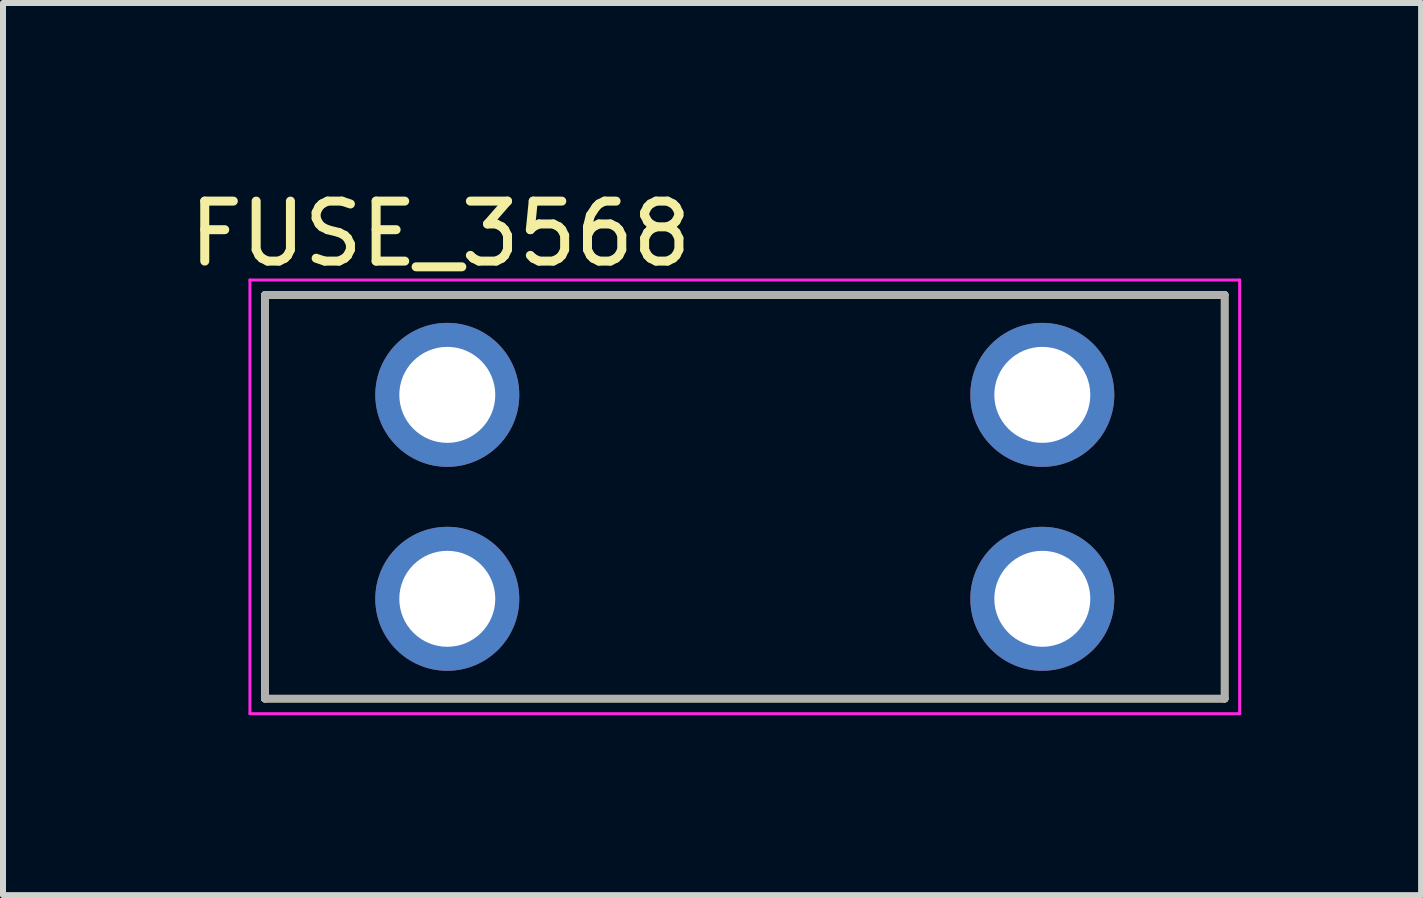
<source format=kicad_pcb>
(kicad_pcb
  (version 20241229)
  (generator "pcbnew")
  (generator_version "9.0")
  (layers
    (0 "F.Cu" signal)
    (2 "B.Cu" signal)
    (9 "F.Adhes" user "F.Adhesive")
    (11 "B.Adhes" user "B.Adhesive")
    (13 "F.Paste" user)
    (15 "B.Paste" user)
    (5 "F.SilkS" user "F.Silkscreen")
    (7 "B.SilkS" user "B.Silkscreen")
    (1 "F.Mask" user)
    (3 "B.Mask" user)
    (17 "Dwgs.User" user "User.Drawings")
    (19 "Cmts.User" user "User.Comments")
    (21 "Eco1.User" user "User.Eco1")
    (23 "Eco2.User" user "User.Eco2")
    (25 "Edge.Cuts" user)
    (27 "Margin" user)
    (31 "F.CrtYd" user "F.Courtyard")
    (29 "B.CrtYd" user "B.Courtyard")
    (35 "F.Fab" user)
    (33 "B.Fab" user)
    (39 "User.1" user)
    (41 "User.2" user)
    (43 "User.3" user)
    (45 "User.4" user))
  (footprint "FUSE_3568"
    (layer "F.Cu")
    (at 9.367 5.233)
    (property "Reference" "FUSE_3568" (at -5.075 -4.385 0) (layer "F.SilkS") (effects (font (size 1 1) (thickness 0.15))))
    (attr through_hole)
    (fp_line (start -8 -3.365) (end 8 -3.365) (stroke (width 0.127) (type solid)) (layer "F.SilkS"))
    (fp_line (start -8 3.365) (end -8 -3.365) (stroke (width 0.127) (type solid)) (layer "F.SilkS"))
    (fp_line (start 8 -3.365) (end 8 3.365) (stroke (width 0.127) (type solid)) (layer "F.SilkS"))
    (fp_line (start 8 3.365) (end -8 3.365) (stroke (width 0.127) (type solid)) (layer "F.SilkS"))
    (fp_line (start -8.25 -3.615) (end 8.25 -3.615) (stroke (width 0.05) (type solid)) (layer "F.CrtYd"))
    (fp_line (start -8.25 3.615) (end -8.25 -3.615) (stroke (width 0.05) (type solid)) (layer "F.CrtYd"))
    (fp_line (start 8.25 -3.615) (end 8.25 3.615) (stroke (width 0.05) (type solid)) (layer "F.CrtYd"))
    (fp_line (start 8.25 3.615) (end -8.25 3.615) (stroke (width 0.05) (type solid)) (layer "F.CrtYd"))
    (fp_line (start -8 -3.365) (end 8 -3.365) (stroke (width 0.127) (type solid)) (layer "F.Fab"))
    (fp_line (start -8 3.365) (end -8 -3.365) (stroke (width 0.127) (type solid)) (layer "F.Fab"))
    (fp_line (start 8 -3.365) (end 8 3.365) (stroke (width 0.127) (type solid)) (layer "F.Fab"))
    (fp_line (start 8 3.365) (end -8 3.365) (stroke (width 0.127) (type solid)) (layer "F.Fab"))
    (pad "1" thru_hole circle (at -4.96 -1.7) (size 2.4 2.4) (drill 1.6) (layers "*.Cu" "*.Mask"))
    (pad "2" thru_hole circle (at 4.96 -1.7) (size 2.4 2.4) (drill 1.6) (layers "*.Cu" "*.Mask"))
    (pad "3" thru_hole circle (at -4.96 1.7) (size 2.4 2.4) (drill 1.6) (layers "*.Cu" "*.Mask"))
    (pad "4" thru_hole circle (at 4.96 1.7) (size 2.4 2.4) (drill 1.6) (layers "*.Cu" "*.Mask")))
  (gr_rect
    (start -3 -3)
    (end 20.642 11.873)
    (stroke (width 0.1) (type default))
    (fill no)
    (layer "Edge.Cuts")))
</source>
